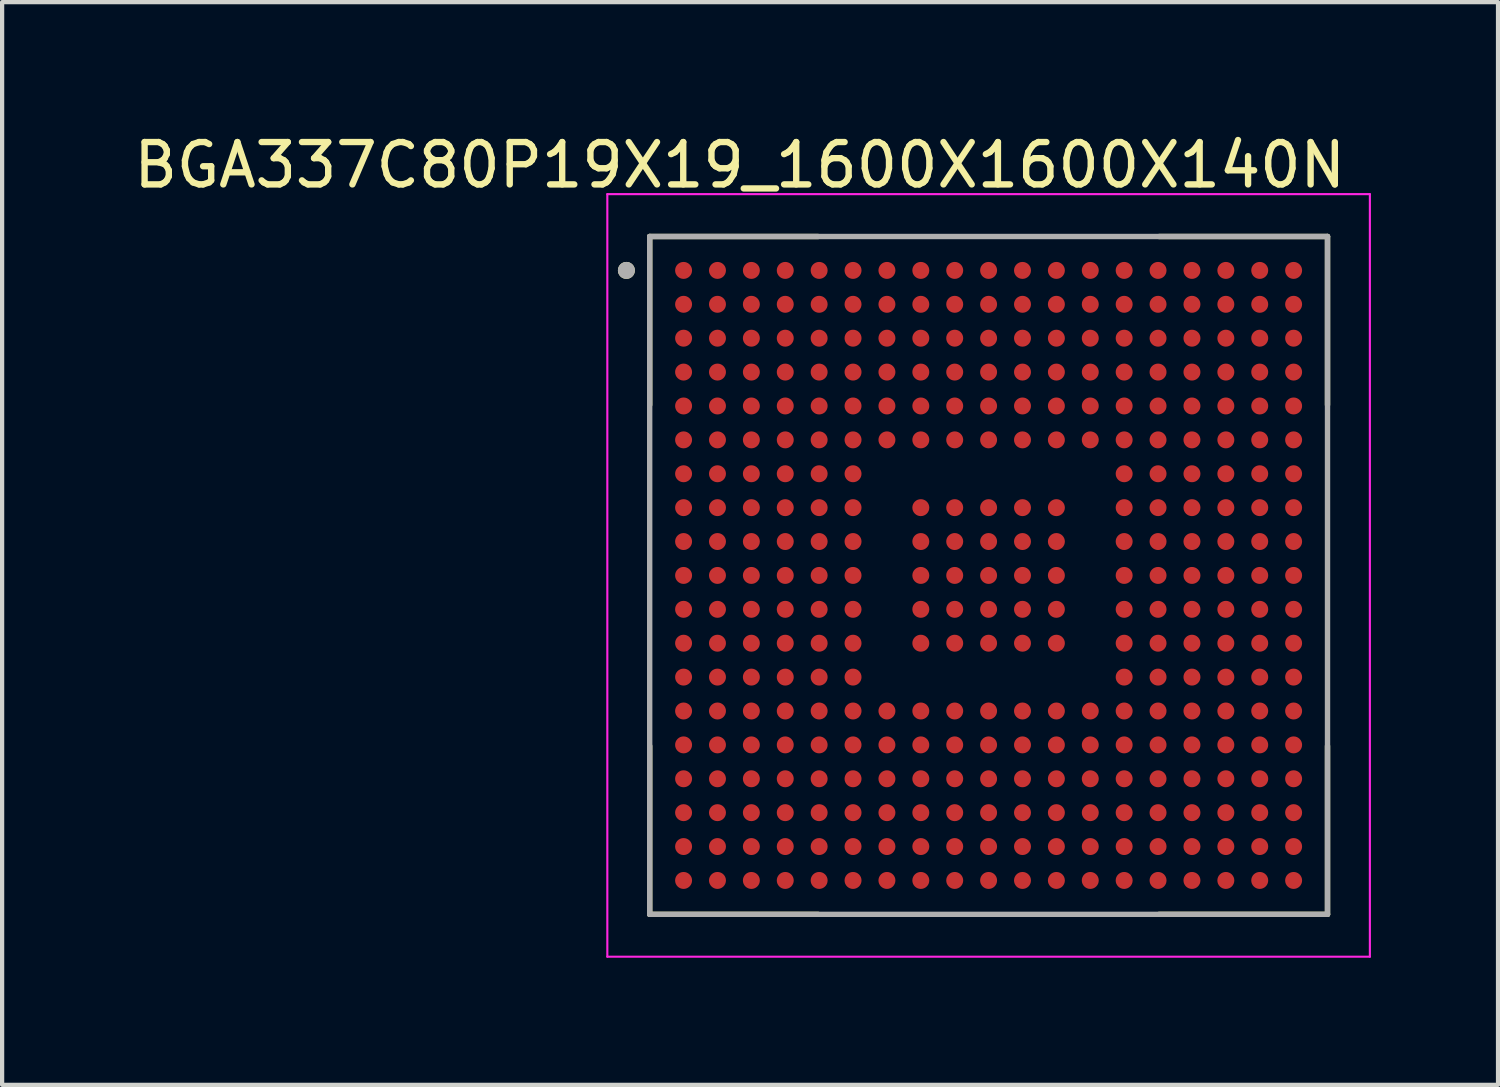
<source format=kicad_pcb>
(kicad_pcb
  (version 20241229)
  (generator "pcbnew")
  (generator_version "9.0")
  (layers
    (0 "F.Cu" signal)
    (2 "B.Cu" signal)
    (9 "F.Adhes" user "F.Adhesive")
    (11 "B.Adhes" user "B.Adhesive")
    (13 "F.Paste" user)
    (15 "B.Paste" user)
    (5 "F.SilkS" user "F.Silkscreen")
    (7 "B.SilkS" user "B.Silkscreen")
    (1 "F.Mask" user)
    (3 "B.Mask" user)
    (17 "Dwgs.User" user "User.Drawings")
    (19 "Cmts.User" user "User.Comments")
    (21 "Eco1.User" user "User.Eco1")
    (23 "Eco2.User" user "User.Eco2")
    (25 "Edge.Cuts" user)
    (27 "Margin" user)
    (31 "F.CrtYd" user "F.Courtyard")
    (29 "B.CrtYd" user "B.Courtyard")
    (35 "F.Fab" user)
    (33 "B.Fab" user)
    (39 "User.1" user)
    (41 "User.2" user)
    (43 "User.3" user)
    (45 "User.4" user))
  (footprint "BGA337C80P19X19_1600X1600X140N"
    (layer "F.Cu")
    (at 20.286 10.533)
    (property "Reference" "BGA337C80P19X19_1600X1600X140N" (at -5.875 -9.685 0) (layer "F.SilkS") (effects (font (size 1 1) (thickness 0.15))))
    (attr smd)
    (fp_line (start -8 -8) (end -8 -4.025) (stroke (width 0.127) (type solid)) (layer "F.SilkS"))
    (fp_line (start -8 -8) (end -4.025 -8) (stroke (width 0.127) (type solid)) (layer "F.SilkS"))
    (fp_line (start -8 8) (end -8 4.025) (stroke (width 0.127) (type solid)) (layer "F.SilkS"))
    (fp_line (start -8 8) (end -4.025 8) (stroke (width 0.127) (type solid)) (layer "F.SilkS"))
    (fp_line (start 8 -8) (end 4.025 -8) (stroke (width 0.127) (type solid)) (layer "F.SilkS"))
    (fp_line (start 8 -8) (end 8 -4.025) (stroke (width 0.127) (type solid)) (layer "F.SilkS"))
    (fp_line (start 8 8) (end 4.025 8) (stroke (width 0.127) (type solid)) (layer "F.SilkS"))
    (fp_line (start 8 8) (end 8 4.025) (stroke (width 0.127) (type solid)) (layer "F.SilkS"))
    (fp_circle (center -8.55 -7.2) (end -8.45 -7.2) (stroke (width 0.2) (type solid)) (fill no) (layer "F.SilkS"))
    (fp_line (start -9 -9) (end 9 -9) (stroke (width 0.05) (type solid)) (layer "F.CrtYd"))
    (fp_line (start -9 9) (end -9 -9) (stroke (width 0.05) (type solid)) (layer "F.CrtYd"))
    (fp_line (start -9 9) (end 9 9) (stroke (width 0.05) (type solid)) (layer "F.CrtYd"))
    (fp_line (start 9 9) (end 9 -9) (stroke (width 0.05) (type solid)) (layer "F.CrtYd"))
    (fp_line (start -8 8) (end -8 -8) (stroke (width 0.127) (type solid)) (layer "F.Fab"))
    (fp_line (start 8 -8) (end -8 -8) (stroke (width 0.127) (type solid)) (layer "F.Fab"))
    (fp_line (start 8 8) (end -8 8) (stroke (width 0.127) (type solid)) (layer "F.Fab"))
    (fp_line (start 8 8) (end 8 -8) (stroke (width 0.127) (type solid)) (layer "F.Fab"))
    (fp_circle (center -8.55 -7.2) (end -8.45 -7.2) (stroke (width 0.2) (type solid)) (fill no) (layer "F.Fab"))
    (pad "A1" smd circle (at -7.2 -7.2) (size 0.4 0.4) (layers "F.Cu" "F.Mask" "F.Paste"))
    (pad "A2" smd circle (at -6.4 -7.2) (size 0.4 0.4) (layers "F.Cu" "F.Mask" "F.Paste"))
    (pad "A3" smd circle (at -5.6 -7.2) (size 0.4 0.4) (layers "F.Cu" "F.Mask" "F.Paste"))
    (pad "A4" smd circle (at -4.8 -7.2) (size 0.4 0.4) (layers "F.Cu" "F.Mask" "F.Paste"))
    (pad "A5" smd circle (at -4 -7.2) (size 0.4 0.4) (layers "F.Cu" "F.Mask" "F.Paste"))
    (pad "A6" smd circle (at -3.2 -7.2) (size 0.4 0.4) (layers "F.Cu" "F.Mask" "F.Paste"))
    (pad "A7" smd circle (at -2.4 -7.2) (size 0.4 0.4) (layers "F.Cu" "F.Mask" "F.Paste"))
    (pad "A8" smd circle (at -1.6 -7.2) (size 0.4 0.4) (layers "F.Cu" "F.Mask" "F.Paste"))
    (pad "A9" smd circle (at -0.8 -7.2) (size 0.4 0.4) (layers "F.Cu" "F.Mask" "F.Paste"))
    (pad "A10" smd circle (at 0 -7.2) (size 0.4 0.4) (layers "F.Cu" "F.Mask" "F.Paste"))
    (pad "A11" smd circle (at 0.8 -7.2) (size 0.4 0.4) (layers "F.Cu" "F.Mask" "F.Paste"))
    (pad "A12" smd circle (at 1.6 -7.2) (size 0.4 0.4) (layers "F.Cu" "F.Mask" "F.Paste"))
    (pad "A13" smd circle (at 2.4 -7.2) (size 0.4 0.4) (layers "F.Cu" "F.Mask" "F.Paste"))
    (pad "A14" smd circle (at 3.2 -7.2) (size 0.4 0.4) (layers "F.Cu" "F.Mask" "F.Paste"))
    (pad "A15" smd circle (at 4 -7.2) (size 0.4 0.4) (layers "F.Cu" "F.Mask" "F.Paste"))
    (pad "A16" smd circle (at 4.8 -7.2) (size 0.4 0.4) (layers "F.Cu" "F.Mask" "F.Paste"))
    (pad "A17" smd circle (at 5.6 -7.2) (size 0.4 0.4) (layers "F.Cu" "F.Mask" "F.Paste"))
    (pad "A18" smd circle (at 6.4 -7.2) (size 0.4 0.4) (layers "F.Cu" "F.Mask" "F.Paste"))
    (pad "A19" smd circle (at 7.2 -7.2) (size 0.4 0.4) (layers "F.Cu" "F.Mask" "F.Paste"))
    (pad "B1" smd circle (at -7.2 -6.4) (size 0.4 0.4) (layers "F.Cu" "F.Mask" "F.Paste"))
    (pad "B2" smd circle (at -6.4 -6.4) (size 0.4 0.4) (layers "F.Cu" "F.Mask" "F.Paste"))
    (pad "B3" smd circle (at -5.6 -6.4) (size 0.4 0.4) (layers "F.Cu" "F.Mask" "F.Paste"))
    (pad "B4" smd circle (at -4.8 -6.4) (size 0.4 0.4) (layers "F.Cu" "F.Mask" "F.Paste"))
    (pad "B5" smd circle (at -4 -6.4) (size 0.4 0.4) (layers "F.Cu" "F.Mask" "F.Paste"))
    (pad "B6" smd circle (at -3.2 -6.4) (size 0.4 0.4) (layers "F.Cu" "F.Mask" "F.Paste"))
    (pad "B7" smd circle (at -2.4 -6.4) (size 0.4 0.4) (layers "F.Cu" "F.Mask" "F.Paste"))
    (pad "B8" smd circle (at -1.6 -6.4) (size 0.4 0.4) (layers "F.Cu" "F.Mask" "F.Paste"))
    (pad "B9" smd circle (at -0.8 -6.4) (size 0.4 0.4) (layers "F.Cu" "F.Mask" "F.Paste"))
    (pad "B10" smd circle (at 0 -6.4) (size 0.4 0.4) (layers "F.Cu" "F.Mask" "F.Paste"))
    (pad "B11" smd circle (at 0.8 -6.4) (size 0.4 0.4) (layers "F.Cu" "F.Mask" "F.Paste"))
    (pad "B12" smd circle (at 1.6 -6.4) (size 0.4 0.4) (layers "F.Cu" "F.Mask" "F.Paste"))
    (pad "B13" smd circle (at 2.4 -6.4) (size 0.4 0.4) (layers "F.Cu" "F.Mask" "F.Paste"))
    (pad "B14" smd circle (at 3.2 -6.4) (size 0.4 0.4) (layers "F.Cu" "F.Mask" "F.Paste"))
    (pad "B15" smd circle (at 4 -6.4) (size 0.4 0.4) (layers "F.Cu" "F.Mask" "F.Paste"))
    (pad "B16" smd circle (at 4.8 -6.4) (size 0.4 0.4) (layers "F.Cu" "F.Mask" "F.Paste"))
    (pad "B17" smd circle (at 5.6 -6.4) (size 0.4 0.4) (layers "F.Cu" "F.Mask" "F.Paste"))
    (pad "B18" smd circle (at 6.4 -6.4) (size 0.4 0.4) (layers "F.Cu" "F.Mask" "F.Paste"))
    (pad "B19" smd circle (at 7.2 -6.4) (size 0.4 0.4) (layers "F.Cu" "F.Mask" "F.Paste"))
    (pad "C1" smd circle (at -7.2 -5.6) (size 0.4 0.4) (layers "F.Cu" "F.Mask" "F.Paste"))
    (pad "C2" smd circle (at -6.4 -5.6) (size 0.4 0.4) (layers "F.Cu" "F.Mask" "F.Paste"))
    (pad "C3" smd circle (at -5.6 -5.6) (size 0.4 0.4) (layers "F.Cu" "F.Mask" "F.Paste"))
    (pad "C4" smd circle (at -4.8 -5.6) (size 0.4 0.4) (layers "F.Cu" "F.Mask" "F.Paste"))
    (pad "C5" smd circle (at -4 -5.6) (size 0.4 0.4) (layers "F.Cu" "F.Mask" "F.Paste"))
    (pad "C6" smd circle (at -3.2 -5.6) (size 0.4 0.4) (layers "F.Cu" "F.Mask" "F.Paste"))
    (pad "C7" smd circle (at -2.4 -5.6) (size 0.4 0.4) (layers "F.Cu" "F.Mask" "F.Paste"))
    (pad "C8" smd circle (at -1.6 -5.6) (size 0.4 0.4) (layers "F.Cu" "F.Mask" "F.Paste"))
    (pad "C9" smd circle (at -0.8 -5.6) (size 0.4 0.4) (layers "F.Cu" "F.Mask" "F.Paste"))
    (pad "C10" smd circle (at 0 -5.6) (size 0.4 0.4) (layers "F.Cu" "F.Mask" "F.Paste"))
    (pad "C11" smd circle (at 0.8 -5.6) (size 0.4 0.4) (layers "F.Cu" "F.Mask" "F.Paste"))
    (pad "C12" smd circle (at 1.6 -5.6) (size 0.4 0.4) (layers "F.Cu" "F.Mask" "F.Paste"))
    (pad "C13" smd circle (at 2.4 -5.6) (size 0.4 0.4) (layers "F.Cu" "F.Mask" "F.Paste"))
    (pad "C14" smd circle (at 3.2 -5.6) (size 0.4 0.4) (layers "F.Cu" "F.Mask" "F.Paste"))
    (pad "C15" smd circle (at 4 -5.6) (size 0.4 0.4) (layers "F.Cu" "F.Mask" "F.Paste"))
    (pad "C16" smd circle (at 4.8 -5.6) (size 0.4 0.4) (layers "F.Cu" "F.Mask" "F.Paste"))
    (pad "C17" smd circle (at 5.6 -5.6) (size 0.4 0.4) (layers "F.Cu" "F.Mask" "F.Paste"))
    (pad "C18" smd circle (at 6.4 -5.6) (size 0.4 0.4) (layers "F.Cu" "F.Mask" "F.Paste"))
    (pad "C19" smd circle (at 7.2 -5.6) (size 0.4 0.4) (layers "F.Cu" "F.Mask" "F.Paste"))
    (pad "D1" smd circle (at -7.2 -4.8) (size 0.4 0.4) (layers "F.Cu" "F.Mask" "F.Paste"))
    (pad "D2" smd circle (at -6.4 -4.8) (size 0.4 0.4) (layers "F.Cu" "F.Mask" "F.Paste"))
    (pad "D3" smd circle (at -5.6 -4.8) (size 0.4 0.4) (layers "F.Cu" "F.Mask" "F.Paste"))
    (pad "D4" smd circle (at -4.8 -4.8) (size 0.4 0.4) (layers "F.Cu" "F.Mask" "F.Paste"))
    (pad "D5" smd circle (at -4 -4.8) (size 0.4 0.4) (layers "F.Cu" "F.Mask" "F.Paste"))
    (pad "D6" smd circle (at -3.2 -4.8) (size 0.4 0.4) (layers "F.Cu" "F.Mask" "F.Paste"))
    (pad "D7" smd circle (at -2.4 -4.8) (size 0.4 0.4) (layers "F.Cu" "F.Mask" "F.Paste"))
    (pad "D8" smd circle (at -1.6 -4.8) (size 0.4 0.4) (layers "F.Cu" "F.Mask" "F.Paste"))
    (pad "D9" smd circle (at -0.8 -4.8) (size 0.4 0.4) (layers "F.Cu" "F.Mask" "F.Paste"))
    (pad "D10" smd circle (at 0 -4.8) (size 0.4 0.4) (layers "F.Cu" "F.Mask" "F.Paste"))
    (pad "D11" smd circle (at 0.8 -4.8) (size 0.4 0.4) (layers "F.Cu" "F.Mask" "F.Paste"))
    (pad "D12" smd circle (at 1.6 -4.8) (size 0.4 0.4) (layers "F.Cu" "F.Mask" "F.Paste"))
    (pad "D13" smd circle (at 2.4 -4.8) (size 0.4 0.4) (layers "F.Cu" "F.Mask" "F.Paste"))
    (pad "D14" smd circle (at 3.2 -4.8) (size 0.4 0.4) (layers "F.Cu" "F.Mask" "F.Paste"))
    (pad "D15" smd circle (at 4 -4.8) (size 0.4 0.4) (layers "F.Cu" "F.Mask" "F.Paste"))
    (pad "D16" smd circle (at 4.8 -4.8) (size 0.4 0.4) (layers "F.Cu" "F.Mask" "F.Paste"))
    (pad "D17" smd circle (at 5.6 -4.8) (size 0.4 0.4) (layers "F.Cu" "F.Mask" "F.Paste"))
    (pad "D18" smd circle (at 6.4 -4.8) (size 0.4 0.4) (layers "F.Cu" "F.Mask" "F.Paste"))
    (pad "D19" smd circle (at 7.2 -4.8) (size 0.4 0.4) (layers "F.Cu" "F.Mask" "F.Paste"))
    (pad "E1" smd circle (at -7.2 -4) (size 0.4 0.4) (layers "F.Cu" "F.Mask" "F.Paste"))
    (pad "E2" smd circle (at -6.4 -4) (size 0.4 0.4) (layers "F.Cu" "F.Mask" "F.Paste"))
    (pad "E3" smd circle (at -5.6 -4) (size 0.4 0.4) (layers "F.Cu" "F.Mask" "F.Paste"))
    (pad "E4" smd circle (at -4.8 -4) (size 0.4 0.4) (layers "F.Cu" "F.Mask" "F.Paste"))
    (pad "E5" smd circle (at -4 -4) (size 0.4 0.4) (layers "F.Cu" "F.Mask" "F.Paste"))
    (pad "E6" smd circle (at -3.2 -4) (size 0.4 0.4) (layers "F.Cu" "F.Mask" "F.Paste"))
    (pad "E7" smd circle (at -2.4 -4) (size 0.4 0.4) (layers "F.Cu" "F.Mask" "F.Paste"))
    (pad "E8" smd circle (at -1.6 -4) (size 0.4 0.4) (layers "F.Cu" "F.Mask" "F.Paste"))
    (pad "E9" smd circle (at -0.8 -4) (size 0.4 0.4) (layers "F.Cu" "F.Mask" "F.Paste"))
    (pad "E10" smd circle (at 0 -4) (size 0.4 0.4) (layers "F.Cu" "F.Mask" "F.Paste"))
    (pad "E11" smd circle (at 0.8 -4) (size 0.4 0.4) (layers "F.Cu" "F.Mask" "F.Paste"))
    (pad "E12" smd circle (at 1.6 -4) (size 0.4 0.4) (layers "F.Cu" "F.Mask" "F.Paste"))
    (pad "E13" smd circle (at 2.4 -4) (size 0.4 0.4) (layers "F.Cu" "F.Mask" "F.Paste"))
    (pad "E14" smd circle (at 3.2 -4) (size 0.4 0.4) (layers "F.Cu" "F.Mask" "F.Paste"))
    (pad "E15" smd circle (at 4 -4) (size 0.4 0.4) (layers "F.Cu" "F.Mask" "F.Paste"))
    (pad "E16" smd circle (at 4.8 -4) (size 0.4 0.4) (layers "F.Cu" "F.Mask" "F.Paste"))
    (pad "E17" smd circle (at 5.6 -4) (size 0.4 0.4) (layers "F.Cu" "F.Mask" "F.Paste"))
    (pad "E18" smd circle (at 6.4 -4) (size 0.4 0.4) (layers "F.Cu" "F.Mask" "F.Paste"))
    (pad "E19" smd circle (at 7.2 -4) (size 0.4 0.4) (layers "F.Cu" "F.Mask" "F.Paste"))
    (pad "F1" smd circle (at -7.2 -3.2) (size 0.4 0.4) (layers "F.Cu" "F.Mask" "F.Paste"))
    (pad "F2" smd circle (at -6.4 -3.2) (size 0.4 0.4) (layers "F.Cu" "F.Mask" "F.Paste"))
    (pad "F3" smd circle (at -5.6 -3.2) (size 0.4 0.4) (layers "F.Cu" "F.Mask" "F.Paste"))
    (pad "F4" smd circle (at -4.8 -3.2) (size 0.4 0.4) (layers "F.Cu" "F.Mask" "F.Paste"))
    (pad "F5" smd circle (at -4 -3.2) (size 0.4 0.4) (layers "F.Cu" "F.Mask" "F.Paste"))
    (pad "F6" smd circle (at -3.2 -3.2) (size 0.4 0.4) (layers "F.Cu" "F.Mask" "F.Paste"))
    (pad "F7" smd circle (at -2.4 -3.2) (size 0.4 0.4) (layers "F.Cu" "F.Mask" "F.Paste"))
    (pad "F8" smd circle (at -1.6 -3.2) (size 0.4 0.4) (layers "F.Cu" "F.Mask" "F.Paste"))
    (pad "F9" smd circle (at -0.8 -3.2) (size 0.4 0.4) (layers "F.Cu" "F.Mask" "F.Paste"))
    (pad "F10" smd circle (at 0 -3.2) (size 0.4 0.4) (layers "F.Cu" "F.Mask" "F.Paste"))
    (pad "F11" smd circle (at 0.8 -3.2) (size 0.4 0.4) (layers "F.Cu" "F.Mask" "F.Paste"))
    (pad "F12" smd circle (at 1.6 -3.2) (size 0.4 0.4) (layers "F.Cu" "F.Mask" "F.Paste"))
    (pad "F13" smd circle (at 2.4 -3.2) (size 0.4 0.4) (layers "F.Cu" "F.Mask" "F.Paste"))
    (pad "F14" smd circle (at 3.2 -3.2) (size 0.4 0.4) (layers "F.Cu" "F.Mask" "F.Paste"))
    (pad "F15" smd circle (at 4 -3.2) (size 0.4 0.4) (layers "F.Cu" "F.Mask" "F.Paste"))
    (pad "F16" smd circle (at 4.8 -3.2) (size 0.4 0.4) (layers "F.Cu" "F.Mask" "F.Paste"))
    (pad "F17" smd circle (at 5.6 -3.2) (size 0.4 0.4) (layers "F.Cu" "F.Mask" "F.Paste"))
    (pad "F18" smd circle (at 6.4 -3.2) (size 0.4 0.4) (layers "F.Cu" "F.Mask" "F.Paste"))
    (pad "F19" smd circle (at 7.2 -3.2) (size 0.4 0.4) (layers "F.Cu" "F.Mask" "F.Paste"))
    (pad "G1" smd circle (at -7.2 -2.4) (size 0.4 0.4) (layers "F.Cu" "F.Mask" "F.Paste"))
    (pad "G2" smd circle (at -6.4 -2.4) (size 0.4 0.4) (layers "F.Cu" "F.Mask" "F.Paste"))
    (pad "G3" smd circle (at -5.6 -2.4) (size 0.4 0.4) (layers "F.Cu" "F.Mask" "F.Paste"))
    (pad "G4" smd circle (at -4.8 -2.4) (size 0.4 0.4) (layers "F.Cu" "F.Mask" "F.Paste"))
    (pad "G5" smd circle (at -4 -2.4) (size 0.4 0.4) (layers "F.Cu" "F.Mask" "F.Paste"))
    (pad "G6" smd circle (at -3.2 -2.4) (size 0.4 0.4) (layers "F.Cu" "F.Mask" "F.Paste"))
    (pad "G14" smd circle (at 3.2 -2.4) (size 0.4 0.4) (layers "F.Cu" "F.Mask" "F.Paste"))
    (pad "G15" smd circle (at 4 -2.4) (size 0.4 0.4) (layers "F.Cu" "F.Mask" "F.Paste"))
    (pad "G16" smd circle (at 4.8 -2.4) (size 0.4 0.4) (layers "F.Cu" "F.Mask" "F.Paste"))
    (pad "G17" smd circle (at 5.6 -2.4) (size 0.4 0.4) (layers "F.Cu" "F.Mask" "F.Paste"))
    (pad "G18" smd circle (at 6.4 -2.4) (size 0.4 0.4) (layers "F.Cu" "F.Mask" "F.Paste"))
    (pad "G19" smd circle (at 7.2 -2.4) (size 0.4 0.4) (layers "F.Cu" "F.Mask" "F.Paste"))
    (pad "H1" smd circle (at -7.2 -1.6) (size 0.4 0.4) (layers "F.Cu" "F.Mask" "F.Paste"))
    (pad "H2" smd circle (at -6.4 -1.6) (size 0.4 0.4) (layers "F.Cu" "F.Mask" "F.Paste"))
    (pad "H3" smd circle (at -5.6 -1.6) (size 0.4 0.4) (layers "F.Cu" "F.Mask" "F.Paste"))
    (pad "H4" smd circle (at -4.8 -1.6) (size 0.4 0.4) (layers "F.Cu" "F.Mask" "F.Paste"))
    (pad "H5" smd circle (at -4 -1.6) (size 0.4 0.4) (layers "F.Cu" "F.Mask" "F.Paste"))
    (pad "H6" smd circle (at -3.2 -1.6) (size 0.4 0.4) (layers "F.Cu" "F.Mask" "F.Paste"))
    (pad "H8" smd circle (at -1.6 -1.6) (size 0.4 0.4) (layers "F.Cu" "F.Mask" "F.Paste"))
    (pad "H9" smd circle (at -0.8 -1.6) (size 0.4 0.4) (layers "F.Cu" "F.Mask" "F.Paste"))
    (pad "H10" smd circle (at 0 -1.6) (size 0.4 0.4) (layers "F.Cu" "F.Mask" "F.Paste"))
    (pad "H11" smd circle (at 0.8 -1.6) (size 0.4 0.4) (layers "F.Cu" "F.Mask" "F.Paste"))
    (pad "H12" smd circle (at 1.6 -1.6) (size 0.4 0.4) (layers "F.Cu" "F.Mask" "F.Paste"))
    (pad "H14" smd circle (at 3.2 -1.6) (size 0.4 0.4) (layers "F.Cu" "F.Mask" "F.Paste"))
    (pad "H15" smd circle (at 4 -1.6) (size 0.4 0.4) (layers "F.Cu" "F.Mask" "F.Paste"))
    (pad "H16" smd circle (at 4.8 -1.6) (size 0.4 0.4) (layers "F.Cu" "F.Mask" "F.Paste"))
    (pad "H17" smd circle (at 5.6 -1.6) (size 0.4 0.4) (layers "F.Cu" "F.Mask" "F.Paste"))
    (pad "H18" smd circle (at 6.4 -1.6) (size 0.4 0.4) (layers "F.Cu" "F.Mask" "F.Paste"))
    (pad "H19" smd circle (at 7.2 -1.6) (size 0.4 0.4) (layers "F.Cu" "F.Mask" "F.Paste"))
    (pad "J1" smd circle (at -7.2 -0.8) (size 0.4 0.4) (layers "F.Cu" "F.Mask" "F.Paste"))
    (pad "J2" smd circle (at -6.4 -0.8) (size 0.4 0.4) (layers "F.Cu" "F.Mask" "F.Paste"))
    (pad "J3" smd circle (at -5.6 -0.8) (size 0.4 0.4) (layers "F.Cu" "F.Mask" "F.Paste"))
    (pad "J4" smd circle (at -4.8 -0.8) (size 0.4 0.4) (layers "F.Cu" "F.Mask" "F.Paste"))
    (pad "J5" smd circle (at -4 -0.8) (size 0.4 0.4) (layers "F.Cu" "F.Mask" "F.Paste"))
    (pad "J6" smd circle (at -3.2 -0.8) (size 0.4 0.4) (layers "F.Cu" "F.Mask" "F.Paste"))
    (pad "J8" smd circle (at -1.6 -0.8) (size 0.4 0.4) (layers "F.Cu" "F.Mask" "F.Paste"))
    (pad "J9" smd circle (at -0.8 -0.8) (size 0.4 0.4) (layers "F.Cu" "F.Mask" "F.Paste"))
    (pad "J10" smd circle (at 0 -0.8) (size 0.4 0.4) (layers "F.Cu" "F.Mask" "F.Paste"))
    (pad "J11" smd circle (at 0.8 -0.8) (size 0.4 0.4) (layers "F.Cu" "F.Mask" "F.Paste"))
    (pad "J12" smd circle (at 1.6 -0.8) (size 0.4 0.4) (layers "F.Cu" "F.Mask" "F.Paste"))
    (pad "J14" smd circle (at 3.2 -0.8) (size 0.4 0.4) (layers "F.Cu" "F.Mask" "F.Paste"))
    (pad "J15" smd circle (at 4 -0.8) (size 0.4 0.4) (layers "F.Cu" "F.Mask" "F.Paste"))
    (pad "J16" smd circle (at 4.8 -0.8) (size 0.4 0.4) (layers "F.Cu" "F.Mask" "F.Paste"))
    (pad "J17" smd circle (at 5.6 -0.8) (size 0.4 0.4) (layers "F.Cu" "F.Mask" "F.Paste"))
    (pad "J18" smd circle (at 6.4 -0.8) (size 0.4 0.4) (layers "F.Cu" "F.Mask" "F.Paste"))
    (pad "J19" smd circle (at 7.2 -0.8) (size 0.4 0.4) (layers "F.Cu" "F.Mask" "F.Paste"))
    (pad "K1" smd circle (at -7.2 0) (size 0.4 0.4) (layers "F.Cu" "F.Mask" "F.Paste"))
    (pad "K2" smd circle (at -6.4 0) (size 0.4 0.4) (layers "F.Cu" "F.Mask" "F.Paste"))
    (pad "K3" smd circle (at -5.6 0) (size 0.4 0.4) (layers "F.Cu" "F.Mask" "F.Paste"))
    (pad "K4" smd circle (at -4.8 0) (size 0.4 0.4) (layers "F.Cu" "F.Mask" "F.Paste"))
    (pad "K5" smd circle (at -4 0) (size 0.4 0.4) (layers "F.Cu" "F.Mask" "F.Paste"))
    (pad "K6" smd circle (at -3.2 0) (size 0.4 0.4) (layers "F.Cu" "F.Mask" "F.Paste"))
    (pad "K8" smd circle (at -1.6 0) (size 0.4 0.4) (layers "F.Cu" "F.Mask" "F.Paste"))
    (pad "K9" smd circle (at -0.8 0) (size 0.4 0.4) (layers "F.Cu" "F.Mask" "F.Paste"))
    (pad "K10" smd circle (at 0 0) (size 0.4 0.4) (layers "F.Cu" "F.Mask" "F.Paste"))
    (pad "K11" smd circle (at 0.8 0) (size 0.4 0.4) (layers "F.Cu" "F.Mask" "F.Paste"))
    (pad "K12" smd circle (at 1.6 0) (size 0.4 0.4) (layers "F.Cu" "F.Mask" "F.Paste"))
    (pad "K14" smd circle (at 3.2 0) (size 0.4 0.4) (layers "F.Cu" "F.Mask" "F.Paste"))
    (pad "K15" smd circle (at 4 0) (size 0.4 0.4) (layers "F.Cu" "F.Mask" "F.Paste"))
    (pad "K16" smd circle (at 4.8 0) (size 0.4 0.4) (layers "F.Cu" "F.Mask" "F.Paste"))
    (pad "K17" smd circle (at 5.6 0) (size 0.4 0.4) (layers "F.Cu" "F.Mask" "F.Paste"))
    (pad "K18" smd circle (at 6.4 0) (size 0.4 0.4) (layers "F.Cu" "F.Mask" "F.Paste"))
    (pad "K19" smd circle (at 7.2 0) (size 0.4 0.4) (layers "F.Cu" "F.Mask" "F.Paste"))
    (pad "L1" smd circle (at -7.2 0.8) (size 0.4 0.4) (layers "F.Cu" "F.Mask" "F.Paste"))
    (pad "L2" smd circle (at -6.4 0.8) (size 0.4 0.4) (layers "F.Cu" "F.Mask" "F.Paste"))
    (pad "L3" smd circle (at -5.6 0.8) (size 0.4 0.4) (layers "F.Cu" "F.Mask" "F.Paste"))
    (pad "L4" smd circle (at -4.8 0.8) (size 0.4 0.4) (layers "F.Cu" "F.Mask" "F.Paste"))
    (pad "L5" smd circle (at -4 0.8) (size 0.4 0.4) (layers "F.Cu" "F.Mask" "F.Paste"))
    (pad "L6" smd circle (at -3.2 0.8) (size 0.4 0.4) (layers "F.Cu" "F.Mask" "F.Paste"))
    (pad "L8" smd circle (at -1.6 0.8) (size 0.4 0.4) (layers "F.Cu" "F.Mask" "F.Paste"))
    (pad "L9" smd circle (at -0.8 0.8) (size 0.4 0.4) (layers "F.Cu" "F.Mask" "F.Paste"))
    (pad "L10" smd circle (at 0 0.8) (size 0.4 0.4) (layers "F.Cu" "F.Mask" "F.Paste"))
    (pad "L11" smd circle (at 0.8 0.8) (size 0.4 0.4) (layers "F.Cu" "F.Mask" "F.Paste"))
    (pad "L12" smd circle (at 1.6 0.8) (size 0.4 0.4) (layers "F.Cu" "F.Mask" "F.Paste"))
    (pad "L14" smd circle (at 3.2 0.8) (size 0.4 0.4) (layers "F.Cu" "F.Mask" "F.Paste"))
    (pad "L15" smd circle (at 4 0.8) (size 0.4 0.4) (layers "F.Cu" "F.Mask" "F.Paste"))
    (pad "L16" smd circle (at 4.8 0.8) (size 0.4 0.4) (layers "F.Cu" "F.Mask" "F.Paste"))
    (pad "L17" smd circle (at 5.6 0.8) (size 0.4 0.4) (layers "F.Cu" "F.Mask" "F.Paste"))
    (pad "L18" smd circle (at 6.4 0.8) (size 0.4 0.4) (layers "F.Cu" "F.Mask" "F.Paste"))
    (pad "L19" smd circle (at 7.2 0.8) (size 0.4 0.4) (layers "F.Cu" "F.Mask" "F.Paste"))
    (pad "M1" smd circle (at -7.2 1.6) (size 0.4 0.4) (layers "F.Cu" "F.Mask" "F.Paste"))
    (pad "M2" smd circle (at -6.4 1.6) (size 0.4 0.4) (layers "F.Cu" "F.Mask" "F.Paste"))
    (pad "M3" smd circle (at -5.6 1.6) (size 0.4 0.4) (layers "F.Cu" "F.Mask" "F.Paste"))
    (pad "M4" smd circle (at -4.8 1.6) (size 0.4 0.4) (layers "F.Cu" "F.Mask" "F.Paste"))
    (pad "M5" smd circle (at -4 1.6) (size 0.4 0.4) (layers "F.Cu" "F.Mask" "F.Paste"))
    (pad "M6" smd circle (at -3.2 1.6) (size 0.4 0.4) (layers "F.Cu" "F.Mask" "F.Paste"))
    (pad "M8" smd circle (at -1.6 1.6) (size 0.4 0.4) (layers "F.Cu" "F.Mask" "F.Paste"))
    (pad "M9" smd circle (at -0.8 1.6) (size 0.4 0.4) (layers "F.Cu" "F.Mask" "F.Paste"))
    (pad "M10" smd circle (at 0 1.6) (size 0.4 0.4) (layers "F.Cu" "F.Mask" "F.Paste"))
    (pad "M11" smd circle (at 0.8 1.6) (size 0.4 0.4) (layers "F.Cu" "F.Mask" "F.Paste"))
    (pad "M12" smd circle (at 1.6 1.6) (size 0.4 0.4) (layers "F.Cu" "F.Mask" "F.Paste"))
    (pad "M14" smd circle (at 3.2 1.6) (size 0.4 0.4) (layers "F.Cu" "F.Mask" "F.Paste"))
    (pad "M15" smd circle (at 4 1.6) (size 0.4 0.4) (layers "F.Cu" "F.Mask" "F.Paste"))
    (pad "M16" smd circle (at 4.8 1.6) (size 0.4 0.4) (layers "F.Cu" "F.Mask" "F.Paste"))
    (pad "M17" smd circle (at 5.6 1.6) (size 0.4 0.4) (layers "F.Cu" "F.Mask" "F.Paste"))
    (pad "M18" smd circle (at 6.4 1.6) (size 0.4 0.4) (layers "F.Cu" "F.Mask" "F.Paste"))
    (pad "M19" smd circle (at 7.2 1.6) (size 0.4 0.4) (layers "F.Cu" "F.Mask" "F.Paste"))
    (pad "N1" smd circle (at -7.2 2.4) (size 0.4 0.4) (layers "F.Cu" "F.Mask" "F.Paste"))
    (pad "N2" smd circle (at -6.4 2.4) (size 0.4 0.4) (layers "F.Cu" "F.Mask" "F.Paste"))
    (pad "N3" smd circle (at -5.6 2.4) (size 0.4 0.4) (layers "F.Cu" "F.Mask" "F.Paste"))
    (pad "N4" smd circle (at -4.8 2.4) (size 0.4 0.4) (layers "F.Cu" "F.Mask" "F.Paste"))
    (pad "N5" smd circle (at -4 2.4) (size 0.4 0.4) (layers "F.Cu" "F.Mask" "F.Paste"))
    (pad "N6" smd circle (at -3.2 2.4) (size 0.4 0.4) (layers "F.Cu" "F.Mask" "F.Paste"))
    (pad "N14" smd circle (at 3.2 2.4) (size 0.4 0.4) (layers "F.Cu" "F.Mask" "F.Paste"))
    (pad "N15" smd circle (at 4 2.4) (size 0.4 0.4) (layers "F.Cu" "F.Mask" "F.Paste"))
    (pad "N16" smd circle (at 4.8 2.4) (size 0.4 0.4) (layers "F.Cu" "F.Mask" "F.Paste"))
    (pad "N17" smd circle (at 5.6 2.4) (size 0.4 0.4) (layers "F.Cu" "F.Mask" "F.Paste"))
    (pad "N18" smd circle (at 6.4 2.4) (size 0.4 0.4) (layers "F.Cu" "F.Mask" "F.Paste"))
    (pad "N19" smd circle (at 7.2 2.4) (size 0.4 0.4) (layers "F.Cu" "F.Mask" "F.Paste"))
    (pad "P1" smd circle (at -7.2 3.2) (size 0.4 0.4) (layers "F.Cu" "F.Mask" "F.Paste"))
    (pad "P2" smd circle (at -6.4 3.2) (size 0.4 0.4) (layers "F.Cu" "F.Mask" "F.Paste"))
    (pad "P3" smd circle (at -5.6 3.2) (size 0.4 0.4) (layers "F.Cu" "F.Mask" "F.Paste"))
    (pad "P4" smd circle (at -4.8 3.2) (size 0.4 0.4) (layers "F.Cu" "F.Mask" "F.Paste"))
    (pad "P5" smd circle (at -4 3.2) (size 0.4 0.4) (layers "F.Cu" "F.Mask" "F.Paste"))
    (pad "P6" smd circle (at -3.2 3.2) (size 0.4 0.4) (layers "F.Cu" "F.Mask" "F.Paste"))
    (pad "P7" smd circle (at -2.4 3.2) (size 0.4 0.4) (layers "F.Cu" "F.Mask" "F.Paste"))
    (pad "P8" smd circle (at -1.6 3.2) (size 0.4 0.4) (layers "F.Cu" "F.Mask" "F.Paste"))
    (pad "P9" smd circle (at -0.8 3.2) (size 0.4 0.4) (layers "F.Cu" "F.Mask" "F.Paste"))
    (pad "P10" smd circle (at 0 3.2) (size 0.4 0.4) (layers "F.Cu" "F.Mask" "F.Paste"))
    (pad "P11" smd circle (at 0.8 3.2) (size 0.4 0.4) (layers "F.Cu" "F.Mask" "F.Paste"))
    (pad "P12" smd circle (at 1.6 3.2) (size 0.4 0.4) (layers "F.Cu" "F.Mask" "F.Paste"))
    (pad "P13" smd circle (at 2.4 3.2) (size 0.4 0.4) (layers "F.Cu" "F.Mask" "F.Paste"))
    (pad "P14" smd circle (at 3.2 3.2) (size 0.4 0.4) (layers "F.Cu" "F.Mask" "F.Paste"))
    (pad "P15" smd circle (at 4 3.2) (size 0.4 0.4) (layers "F.Cu" "F.Mask" "F.Paste"))
    (pad "P16" smd circle (at 4.8 3.2) (size 0.4 0.4) (layers "F.Cu" "F.Mask" "F.Paste"))
    (pad "P17" smd circle (at 5.6 3.2) (size 0.4 0.4) (layers "F.Cu" "F.Mask" "F.Paste"))
    (pad "P18" smd circle (at 6.4 3.2) (size 0.4 0.4) (layers "F.Cu" "F.Mask" "F.Paste"))
    (pad "P19" smd circle (at 7.2 3.2) (size 0.4 0.4) (layers "F.Cu" "F.Mask" "F.Paste"))
    (pad "R1" smd circle (at -7.2 4) (size 0.4 0.4) (layers "F.Cu" "F.Mask" "F.Paste"))
    (pad "R2" smd circle (at -6.4 4) (size 0.4 0.4) (layers "F.Cu" "F.Mask" "F.Paste"))
    (pad "R3" smd circle (at -5.6 4) (size 0.4 0.4) (layers "F.Cu" "F.Mask" "F.Paste"))
    (pad "R4" smd circle (at -4.8 4) (size 0.4 0.4) (layers "F.Cu" "F.Mask" "F.Paste"))
    (pad "R5" smd circle (at -4 4) (size 0.4 0.4) (layers "F.Cu" "F.Mask" "F.Paste"))
    (pad "R6" smd circle (at -3.2 4) (size 0.4 0.4) (layers "F.Cu" "F.Mask" "F.Paste"))
    (pad "R7" smd circle (at -2.4 4) (size 0.4 0.4) (layers "F.Cu" "F.Mask" "F.Paste"))
    (pad "R8" smd circle (at -1.6 4) (size 0.4 0.4) (layers "F.Cu" "F.Mask" "F.Paste"))
    (pad "R9" smd circle (at -0.8 4) (size 0.4 0.4) (layers "F.Cu" "F.Mask" "F.Paste"))
    (pad "R10" smd circle (at 0 4) (size 0.4 0.4) (layers "F.Cu" "F.Mask" "F.Paste"))
    (pad "R11" smd circle (at 0.8 4) (size 0.4 0.4) (layers "F.Cu" "F.Mask" "F.Paste"))
    (pad "R12" smd circle (at 1.6 4) (size 0.4 0.4) (layers "F.Cu" "F.Mask" "F.Paste"))
    (pad "R13" smd circle (at 2.4 4) (size 0.4 0.4) (layers "F.Cu" "F.Mask" "F.Paste"))
    (pad "R14" smd circle (at 3.2 4) (size 0.4 0.4) (layers "F.Cu" "F.Mask" "F.Paste"))
    (pad "R15" smd circle (at 4 4) (size 0.4 0.4) (layers "F.Cu" "F.Mask" "F.Paste"))
    (pad "R16" smd circle (at 4.8 4) (size 0.4 0.4) (layers "F.Cu" "F.Mask" "F.Paste"))
    (pad "R17" smd circle (at 5.6 4) (size 0.4 0.4) (layers "F.Cu" "F.Mask" "F.Paste"))
    (pad "R18" smd circle (at 6.4 4) (size 0.4 0.4) (layers "F.Cu" "F.Mask" "F.Paste"))
    (pad "R19" smd circle (at 7.2 4) (size 0.4 0.4) (layers "F.Cu" "F.Mask" "F.Paste"))
    (pad "T1" smd circle (at -7.2 4.8) (size 0.4 0.4) (layers "F.Cu" "F.Mask" "F.Paste"))
    (pad "T2" smd circle (at -6.4 4.8) (size 0.4 0.4) (layers "F.Cu" "F.Mask" "F.Paste"))
    (pad "T3" smd circle (at -5.6 4.8) (size 0.4 0.4) (layers "F.Cu" "F.Mask" "F.Paste"))
    (pad "T4" smd circle (at -4.8 4.8) (size 0.4 0.4) (layers "F.Cu" "F.Mask" "F.Paste"))
    (pad "T5" smd circle (at -4 4.8) (size 0.4 0.4) (layers "F.Cu" "F.Mask" "F.Paste"))
    (pad "T6" smd circle (at -3.2 4.8) (size 0.4 0.4) (layers "F.Cu" "F.Mask" "F.Paste"))
    (pad "T7" smd circle (at -2.4 4.8) (size 0.4 0.4) (layers "F.Cu" "F.Mask" "F.Paste"))
    (pad "T8" smd circle (at -1.6 4.8) (size 0.4 0.4) (layers "F.Cu" "F.Mask" "F.Paste"))
    (pad "T9" smd circle (at -0.8 4.8) (size 0.4 0.4) (layers "F.Cu" "F.Mask" "F.Paste"))
    (pad "T10" smd circle (at 0 4.8) (size 0.4 0.4) (layers "F.Cu" "F.Mask" "F.Paste"))
    (pad "T11" smd circle (at 0.8 4.8) (size 0.4 0.4) (layers "F.Cu" "F.Mask" "F.Paste"))
    (pad "T12" smd circle (at 1.6 4.8) (size 0.4 0.4) (layers "F.Cu" "F.Mask" "F.Paste"))
    (pad "T13" smd circle (at 2.4 4.8) (size 0.4 0.4) (layers "F.Cu" "F.Mask" "F.Paste"))
    (pad "T14" smd circle (at 3.2 4.8) (size 0.4 0.4) (layers "F.Cu" "F.Mask" "F.Paste"))
    (pad "T15" smd circle (at 4 4.8) (size 0.4 0.4) (layers "F.Cu" "F.Mask" "F.Paste"))
    (pad "T16" smd circle (at 4.8 4.8) (size 0.4 0.4) (layers "F.Cu" "F.Mask" "F.Paste"))
    (pad "T17" smd circle (at 5.6 4.8) (size 0.4 0.4) (layers "F.Cu" "F.Mask" "F.Paste"))
    (pad "T18" smd circle (at 6.4 4.8) (size 0.4 0.4) (layers "F.Cu" "F.Mask" "F.Paste"))
    (pad "T19" smd circle (at 7.2 4.8) (size 0.4 0.4) (layers "F.Cu" "F.Mask" "F.Paste"))
    (pad "U1" smd circle (at -7.2 5.6) (size 0.4 0.4) (layers "F.Cu" "F.Mask" "F.Paste"))
    (pad "U2" smd circle (at -6.4 5.6) (size 0.4 0.4) (layers "F.Cu" "F.Mask" "F.Paste"))
    (pad "U3" smd circle (at -5.6 5.6) (size 0.4 0.4) (layers "F.Cu" "F.Mask" "F.Paste"))
    (pad "U4" smd circle (at -4.8 5.6) (size 0.4 0.4) (layers "F.Cu" "F.Mask" "F.Paste"))
    (pad "U5" smd circle (at -4 5.6) (size 0.4 0.4) (layers "F.Cu" "F.Mask" "F.Paste"))
    (pad "U6" smd circle (at -3.2 5.6) (size 0.4 0.4) (layers "F.Cu" "F.Mask" "F.Paste"))
    (pad "U7" smd circle (at -2.4 5.6) (size 0.4 0.4) (layers "F.Cu" "F.Mask" "F.Paste"))
    (pad "U8" smd circle (at -1.6 5.6) (size 0.4 0.4) (layers "F.Cu" "F.Mask" "F.Paste"))
    (pad "U9" smd circle (at -0.8 5.6) (size 0.4 0.4) (layers "F.Cu" "F.Mask" "F.Paste"))
    (pad "U10" smd circle (at 0 5.6) (size 0.4 0.4) (layers "F.Cu" "F.Mask" "F.Paste"))
    (pad "U11" smd circle (at 0.8 5.6) (size 0.4 0.4) (layers "F.Cu" "F.Mask" "F.Paste"))
    (pad "U12" smd circle (at 1.6 5.6) (size 0.4 0.4) (layers "F.Cu" "F.Mask" "F.Paste"))
    (pad "U13" smd circle (at 2.4 5.6) (size 0.4 0.4) (layers "F.Cu" "F.Mask" "F.Paste"))
    (pad "U14" smd circle (at 3.2 5.6) (size 0.4 0.4) (layers "F.Cu" "F.Mask" "F.Paste"))
    (pad "U15" smd circle (at 4 5.6) (size 0.4 0.4) (layers "F.Cu" "F.Mask" "F.Paste"))
    (pad "U16" smd circle (at 4.8 5.6) (size 0.4 0.4) (layers "F.Cu" "F.Mask" "F.Paste"))
    (pad "U17" smd circle (at 5.6 5.6) (size 0.4 0.4) (layers "F.Cu" "F.Mask" "F.Paste"))
    (pad "U18" smd circle (at 6.4 5.6) (size 0.4 0.4) (layers "F.Cu" "F.Mask" "F.Paste"))
    (pad "U19" smd circle (at 7.2 5.6) (size 0.4 0.4) (layers "F.Cu" "F.Mask" "F.Paste"))
    (pad "V1" smd circle (at -7.2 6.4) (size 0.4 0.4) (layers "F.Cu" "F.Mask" "F.Paste"))
    (pad "V2" smd circle (at -6.4 6.4) (size 0.4 0.4) (layers "F.Cu" "F.Mask" "F.Paste"))
    (pad "V3" smd circle (at -5.6 6.4) (size 0.4 0.4) (layers "F.Cu" "F.Mask" "F.Paste"))
    (pad "V4" smd circle (at -4.8 6.4) (size 0.4 0.4) (layers "F.Cu" "F.Mask" "F.Paste"))
    (pad "V5" smd circle (at -4 6.4) (size 0.4 0.4) (layers "F.Cu" "F.Mask" "F.Paste"))
    (pad "V6" smd circle (at -3.2 6.4) (size 0.4 0.4) (layers "F.Cu" "F.Mask" "F.Paste"))
    (pad "V7" smd circle (at -2.4 6.4) (size 0.4 0.4) (layers "F.Cu" "F.Mask" "F.Paste"))
    (pad "V8" smd circle (at -1.6 6.4) (size 0.4 0.4) (layers "F.Cu" "F.Mask" "F.Paste"))
    (pad "V9" smd circle (at -0.8 6.4) (size 0.4 0.4) (layers "F.Cu" "F.Mask" "F.Paste"))
    (pad "V10" smd circle (at 0 6.4) (size 0.4 0.4) (layers "F.Cu" "F.Mask" "F.Paste"))
    (pad "V11" smd circle (at 0.8 6.4) (size 0.4 0.4) (layers "F.Cu" "F.Mask" "F.Paste"))
    (pad "V12" smd circle (at 1.6 6.4) (size 0.4 0.4) (layers "F.Cu" "F.Mask" "F.Paste"))
    (pad "V13" smd circle (at 2.4 6.4) (size 0.4 0.4) (layers "F.Cu" "F.Mask" "F.Paste"))
    (pad "V14" smd circle (at 3.2 6.4) (size 0.4 0.4) (layers "F.Cu" "F.Mask" "F.Paste"))
    (pad "V15" smd circle (at 4 6.4) (size 0.4 0.4) (layers "F.Cu" "F.Mask" "F.Paste"))
    (pad "V16" smd circle (at 4.8 6.4) (size 0.4 0.4) (layers "F.Cu" "F.Mask" "F.Paste"))
    (pad "V17" smd circle (at 5.6 6.4) (size 0.4 0.4) (layers "F.Cu" "F.Mask" "F.Paste"))
    (pad "V18" smd circle (at 6.4 6.4) (size 0.4 0.4) (layers "F.Cu" "F.Mask" "F.Paste"))
    (pad "V19" smd circle (at 7.2 6.4) (size 0.4 0.4) (layers "F.Cu" "F.Mask" "F.Paste"))
    (pad "W1" smd circle (at -7.2 7.2) (size 0.4 0.4) (layers "F.Cu" "F.Mask" "F.Paste"))
    (pad "W2" smd circle (at -6.4 7.2) (size 0.4 0.4) (layers "F.Cu" "F.Mask" "F.Paste"))
    (pad "W3" smd circle (at -5.6 7.2) (size 0.4 0.4) (layers "F.Cu" "F.Mask" "F.Paste"))
    (pad "W4" smd circle (at -4.8 7.2) (size 0.4 0.4) (layers "F.Cu" "F.Mask" "F.Paste"))
    (pad "W5" smd circle (at -4 7.2) (size 0.4 0.4) (layers "F.Cu" "F.Mask" "F.Paste"))
    (pad "W6" smd circle (at -3.2 7.2) (size 0.4 0.4) (layers "F.Cu" "F.Mask" "F.Paste"))
    (pad "W7" smd circle (at -2.4 7.2) (size 0.4 0.4) (layers "F.Cu" "F.Mask" "F.Paste"))
    (pad "W8" smd circle (at -1.6 7.2) (size 0.4 0.4) (layers "F.Cu" "F.Mask" "F.Paste"))
    (pad "W9" smd circle (at -0.8 7.2) (size 0.4 0.4) (layers "F.Cu" "F.Mask" "F.Paste"))
    (pad "W10" smd circle (at 0 7.2) (size 0.4 0.4) (layers "F.Cu" "F.Mask" "F.Paste"))
    (pad "W11" smd circle (at 0.8 7.2) (size 0.4 0.4) (layers "F.Cu" "F.Mask" "F.Paste"))
    (pad "W12" smd circle (at 1.6 7.2) (size 0.4 0.4) (layers "F.Cu" "F.Mask" "F.Paste"))
    (pad "W13" smd circle (at 2.4 7.2) (size 0.4 0.4) (layers "F.Cu" "F.Mask" "F.Paste"))
    (pad "W14" smd circle (at 3.2 7.2) (size 0.4 0.4) (layers "F.Cu" "F.Mask" "F.Paste"))
    (pad "W15" smd circle (at 4 7.2) (size 0.4 0.4) (layers "F.Cu" "F.Mask" "F.Paste"))
    (pad "W16" smd circle (at 4.8 7.2) (size 0.4 0.4) (layers "F.Cu" "F.Mask" "F.Paste"))
    (pad "W17" smd circle (at 5.6 7.2) (size 0.4 0.4) (layers "F.Cu" "F.Mask" "F.Paste"))
    (pad "W18" smd circle (at 6.4 7.2) (size 0.4 0.4) (layers "F.Cu" "F.Mask" "F.Paste"))
    (pad "W19" smd circle (at 7.2 7.2) (size 0.4 0.4) (layers "F.Cu" "F.Mask" "F.Paste")))
  (gr_rect
    (start -3 -3)
    (end 32.311 22.558)
    (stroke (width 0.1) (type default))
    (fill no)
    (layer "Edge.Cuts")))
</source>
